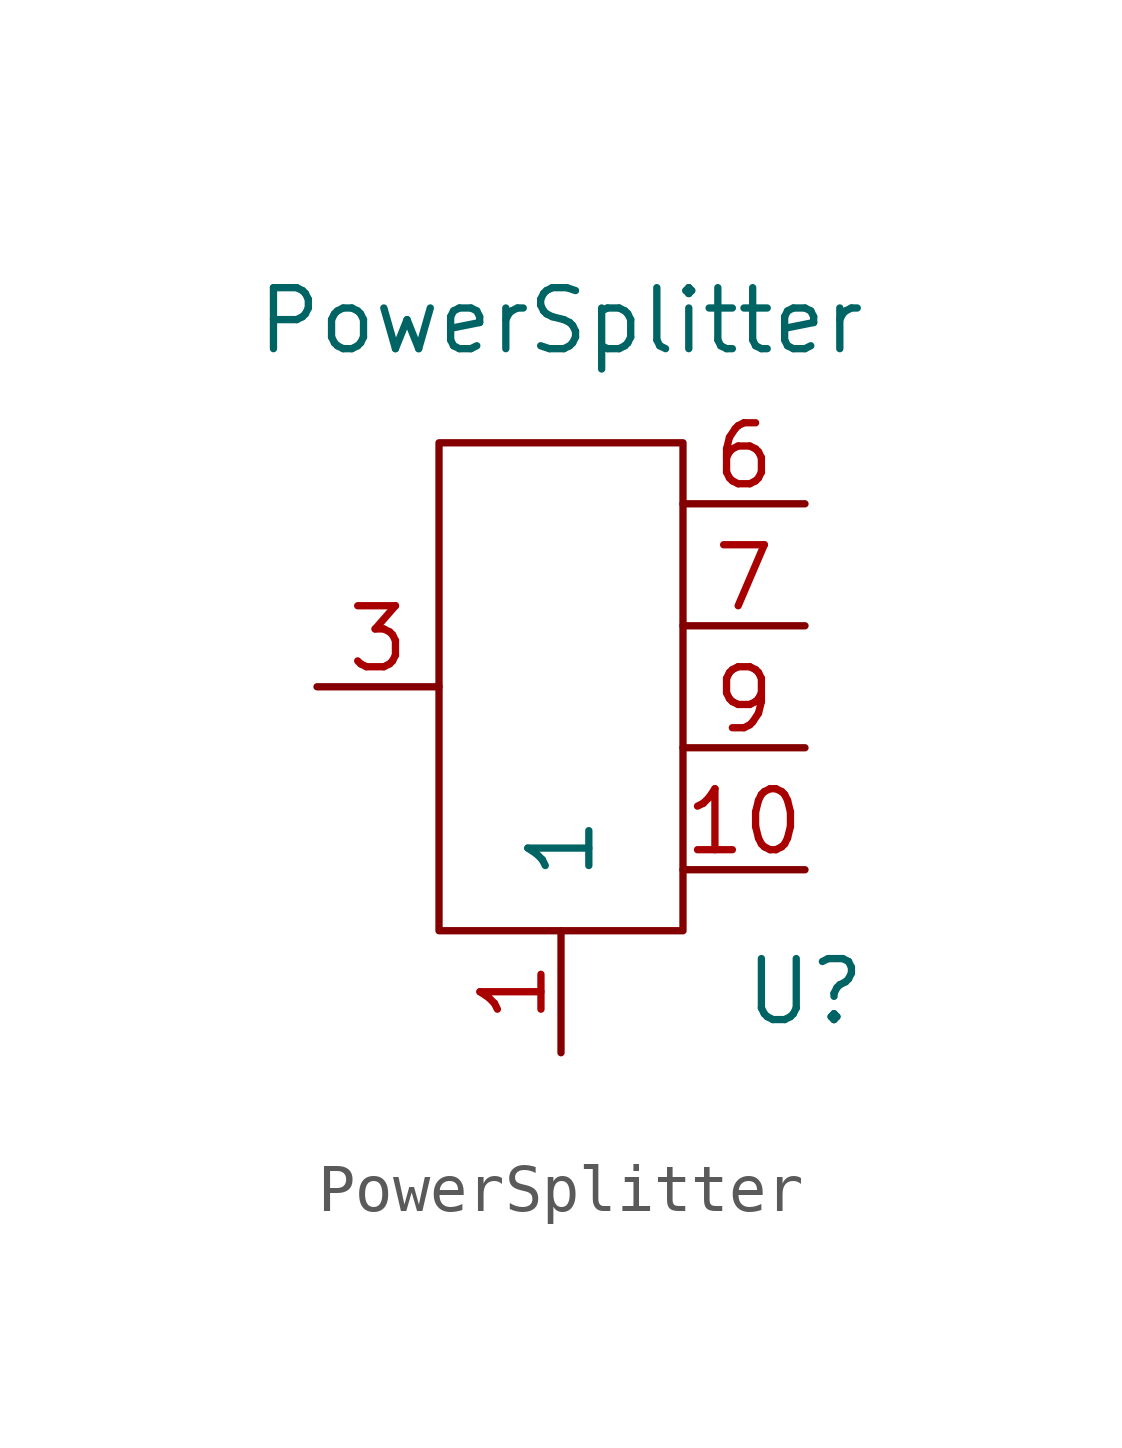
<source format=kicad_sym>
(kicad_symbol_lib
  (version 20211014)
  (generator kicad_symbol_editor)
  (symbol "PowerSplitter"
    (pin_names
      (offset 1.016))
    (property "Reference" "U"
      (at 5.08 -6.35 0)
      (effects (font (size 1.27 1.27))))
    (property "Value" "PowerSplitter"
      (at 0 7.62 0)
      (effects (font (size 1.27 1.27))))
    (symbol "PowerSplitter_0_1"
      (rectangle (start -2.54 5.08) (end 2.54 -5.08) (stroke (width 0) (type default) (color 0 0 0 0)) (fill (type none))))
    (symbol "PowerSplitter_1_1"
      (pin passive line (at 0 -7.62 90) (length 2.54) (name "1" (effects (font (size 1.27 1.27)))) (number "1" (effects (font (size 1.27 1.27)))))
      (pin passive line (at 5.08 -3.81 180) (length 2.54) (name "~" (effects (font (size 1.27 1.27)))) (number "10" (effects (font (size 1.27 1.27)))))
      (pin passive line (at 1.27 -7.62 90) (length 0) hide (name "~" (effects (font (size 1.27 1.27)))) (number "2" (effects (font (size 1.27 1.27)))))
      (pin passive line (at -5.08 0 0) (length 2.54) (name "~" (effects (font (size 1.27 1.27)))) (number "3" (effects (font (size 1.27 1.27)))))
      (pin passive line (at 1.27 -7.62 90) (length 0) hide (name "~" (effects (font (size 1.27 1.27)))) (number "4" (effects (font (size 1.27 1.27)))))
      (pin passive line (at 1.27 -7.62 90) (length 0) hide (name "~" (effects (font (size 1.27 1.27)))) (number "5" (effects (font (size 1.27 1.27)))))
      (pin passive line (at 5.08 3.81 180) (length 2.54) (name "~" (effects (font (size 1.27 1.27)))) (number "6" (effects (font (size 1.27 1.27)))))
      (pin passive line (at 5.08 1.27 180) (length 2.54) (name "~" (effects (font (size 1.27 1.27)))) (number "7" (effects (font (size 1.27 1.27)))))
      (pin passive line (at 1.27 -7.62 90) (length 0) hide (name "~" (effects (font (size 1.27 1.27)))) (number "8" (effects (font (size 1.27 1.27)))))
      (pin passive line (at 5.08 -1.27 180) (length 2.54) (name "~" (effects (font (size 1.27 1.27)))) (number "9" (effects (font (size 1.27 1.27))))))))
</source>
